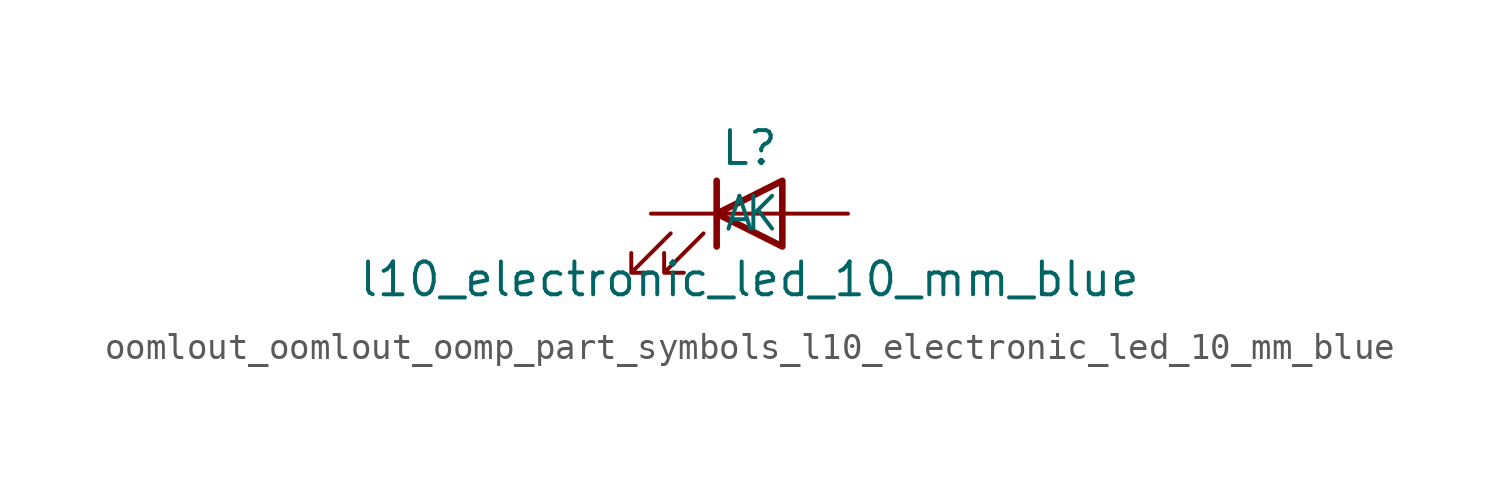
<source format=kicad_sym>
(kicad_symbol_lib
  (version 20220914)
  (generator kicad_symbol_editor)
  (symbol "oomlout_oomlout_oomp_part_symbols_l10_electronic_led_10_mm_blue"
    (pin_numbers hide)
    (pin_names
      (offset 1.016))
    (property "Reference" "L"
      (at 0 2.54 0)
      (effects (font (size 1.27 1.27))))
    (property "Value" "l10_electronic_led_10_mm_blue"
      (at 0 -2.54 0)
      (effects (font (size 1.27 1.27))))
    (symbol "oomlout_oomlout_oomp_part_symbols_l10_electronic_led_10_mm_blue_0_1"
      (polyline (pts (xy -1.27 -1.27) (xy -1.27 1.27)) (stroke (width 0.254) (type default)) (fill (type none)))
      (polyline (pts (xy -1.27 0) (xy 1.27 0)) (stroke (width 0) (type default)) (fill (type none)))
      (polyline (pts (xy 1.27 -1.27) (xy 1.27 1.27) (xy -1.27 0) (xy 1.27 -1.27)) (stroke (width 0.254) (type default)) (fill (type none)))
      (polyline (pts (xy -3.048 -0.762) (xy -4.572 -2.286) (xy -3.81 -2.286) (xy -4.572 -2.286) (xy -4.572 -1.524)) (stroke (width 0) (type default)) (fill (type none)))
      (polyline (pts (xy -1.778 -0.762) (xy -3.302 -2.286) (xy -2.54 -2.286) (xy -3.302 -2.286) (xy -3.302 -1.524)) (stroke (width 0) (type default)) (fill (type none))))
    (symbol "oomlout_oomlout_oomp_part_symbols_l10_electronic_led_10_mm_blue_1_1"
      (pin passive line (at -3.81 0 0) (length 2.54) (name "K" (effects (font (size 1.27 1.27)))) (number "1" (effects (font (size 1.27 1.27)))))
      (pin passive line (at 3.81 0 180) (length 2.54) (name "A" (effects (font (size 1.27 1.27)))) (number "2" (effects (font (size 1.27 1.27))))))))
</source>
